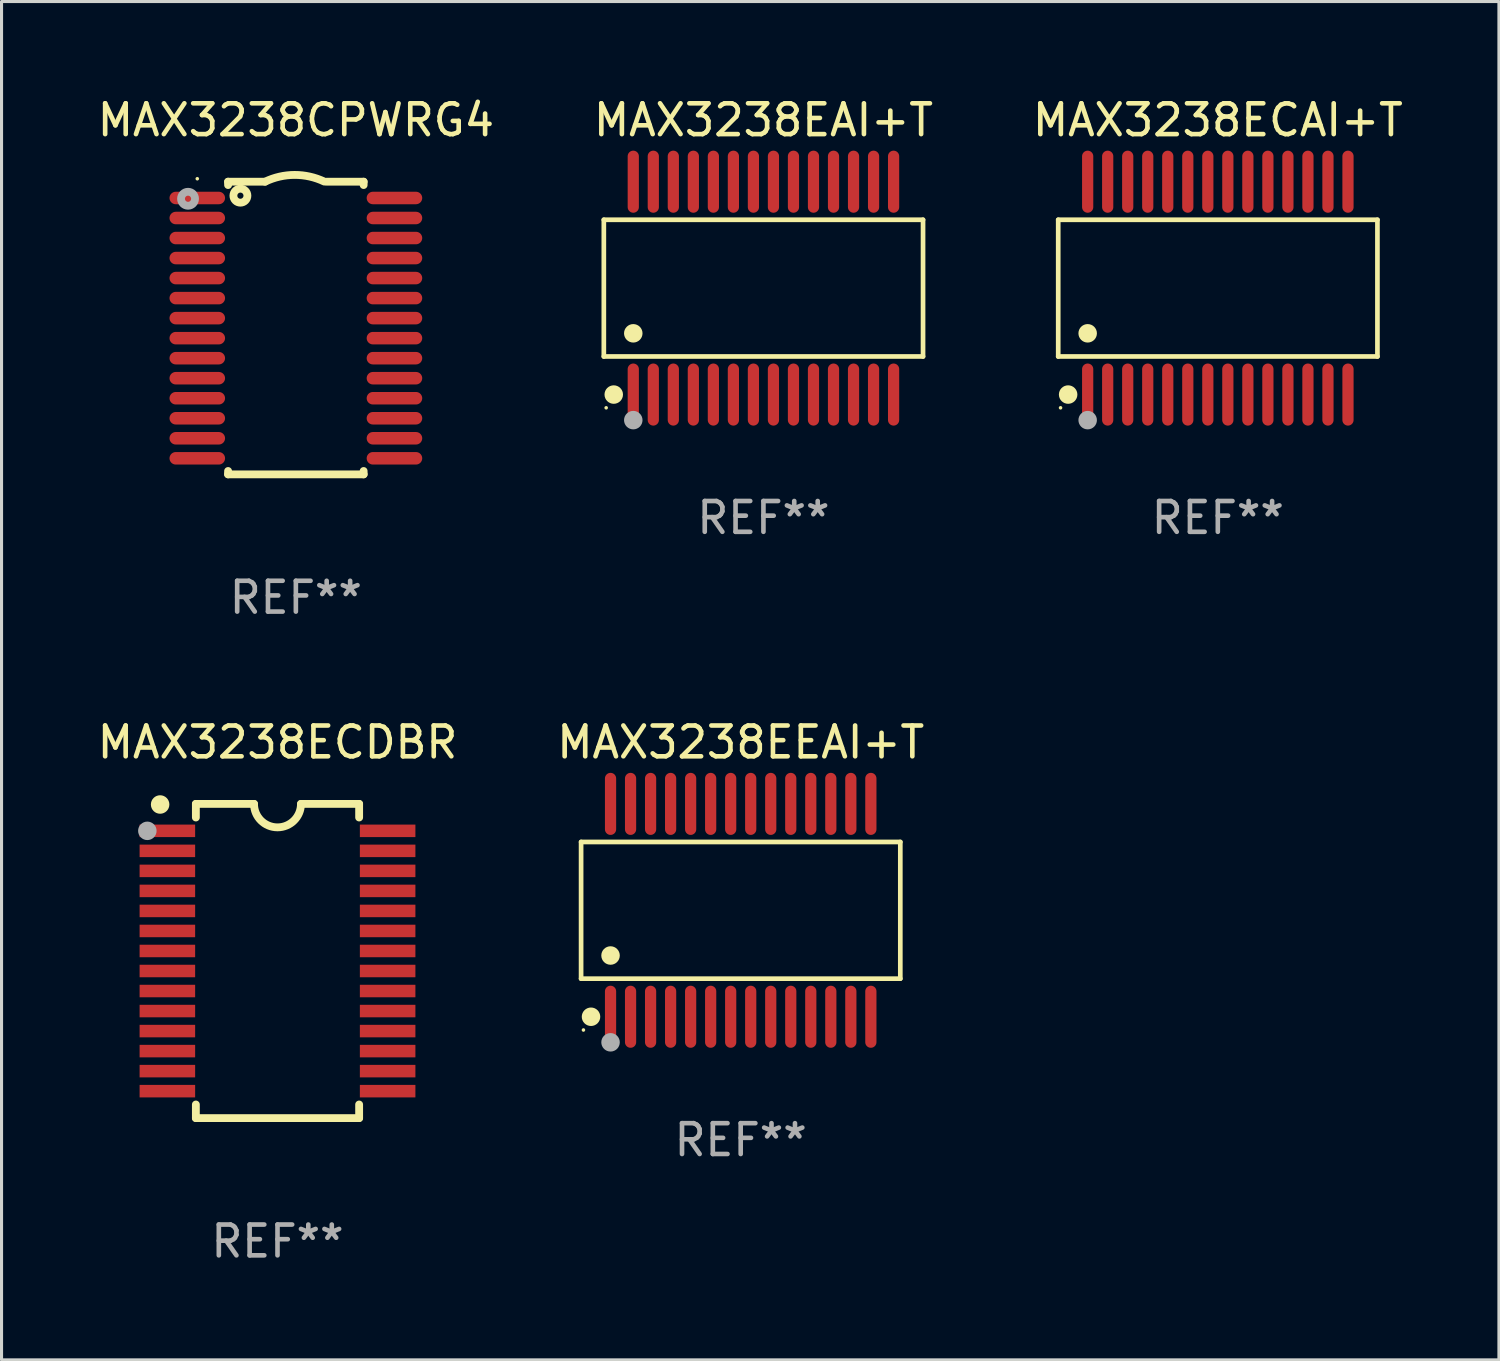
<source format=kicad_pcb>
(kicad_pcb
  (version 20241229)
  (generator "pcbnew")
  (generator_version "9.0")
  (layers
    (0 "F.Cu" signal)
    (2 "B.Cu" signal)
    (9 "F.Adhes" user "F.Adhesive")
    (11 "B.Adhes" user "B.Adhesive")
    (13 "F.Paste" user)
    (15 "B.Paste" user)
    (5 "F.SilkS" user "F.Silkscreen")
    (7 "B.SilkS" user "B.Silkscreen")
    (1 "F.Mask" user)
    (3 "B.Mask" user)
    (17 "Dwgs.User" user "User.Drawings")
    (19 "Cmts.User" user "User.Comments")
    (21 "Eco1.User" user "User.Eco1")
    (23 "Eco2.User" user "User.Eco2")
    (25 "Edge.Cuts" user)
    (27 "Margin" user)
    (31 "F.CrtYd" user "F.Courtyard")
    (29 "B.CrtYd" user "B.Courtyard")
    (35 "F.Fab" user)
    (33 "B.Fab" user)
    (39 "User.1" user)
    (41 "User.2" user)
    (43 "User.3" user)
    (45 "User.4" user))
  (footprint "MAX3238ECAI+T"
    (layer "F.Cu")
    (at 36.482 6.303)
    (property "Reference" "MAX3238ECAI+T" (at 0 -5.455 0) (layer "F.SilkS") (effects (font (size 1 1) (thickness 0.15))))
    (attr through_hole)
    (fp_line (start -5.181 -2.219) (end 5.181 -2.219) (stroke (width 0.152) (type solid)) (layer "F.SilkS"))
    (fp_line (start -5.181 2.219) (end -5.181 -2.219) (stroke (width 0.152) (type solid)) (layer "F.SilkS"))
    (fp_line (start 5.181 -2.219) (end 5.181 2.219) (stroke (width 0.152) (type solid)) (layer "F.SilkS"))
    (fp_line (start 5.181 2.219) (end -5.181 2.219) (stroke (width 0.152) (type solid)) (layer "F.SilkS"))
    (fp_circle (center -5.105 3.885) (end -5.075 3.885) (stroke (width 0.06) (type solid)) (fill no) (layer "F.SilkS"))
    (fp_circle (center -4.859 3.455) (end -4.709 3.455) (stroke (width 0.3) (type solid)) (fill no) (layer "F.SilkS"))
    (fp_circle (center -4.225 1.467) (end -4.075 1.467) (stroke (width 0.3) (type solid)) (fill no) (layer "F.SilkS"))
    (fp_circle (center -4.225 4.285) (end -4.075 4.285) (stroke (width 0.3) (type solid)) (fill no) (layer "F.Fab"))
    (fp_text user "REF**" (at 0 7.455 0) (layer "F.Fab") (effects (font (size 1 1) (thickness 0.15))))
    (pad "1" smd oval (at -4.225 3.455) (size 0.364 2.015) (layers "F.Cu" "F.Mask" "F.Paste"))
    (pad "2" smd oval (at -3.575 3.455) (size 0.364 2.015) (layers "F.Cu" "F.Mask" "F.Paste"))
    (pad "3" smd oval (at -2.925 3.455) (size 0.364 2.015) (layers "F.Cu" "F.Mask" "F.Paste"))
    (pad "4" smd oval (at -2.275 3.455) (size 0.364 2.015) (layers "F.Cu" "F.Mask" "F.Paste"))
    (pad "5" smd oval (at -1.625 3.455) (size 0.364 2.015) (layers "F.Cu" "F.Mask" "F.Paste"))
    (pad "6" smd oval (at -0.975 3.455) (size 0.364 2.015) (layers "F.Cu" "F.Mask" "F.Paste"))
    (pad "7" smd oval (at -0.325 3.455) (size 0.364 2.015) (layers "F.Cu" "F.Mask" "F.Paste"))
    (pad "8" smd oval (at 0.325 3.455) (size 0.364 2.015) (layers "F.Cu" "F.Mask" "F.Paste"))
    (pad "9" smd oval (at 0.975 3.455) (size 0.364 2.015) (layers "F.Cu" "F.Mask" "F.Paste"))
    (pad "10" smd oval (at 1.625 3.455) (size 0.364 2.015) (layers "F.Cu" "F.Mask" "F.Paste"))
    (pad "11" smd oval (at 2.275 3.455) (size 0.364 2.015) (layers "F.Cu" "F.Mask" "F.Paste"))
    (pad "12" smd oval (at 2.925 3.455) (size 0.364 2.015) (layers "F.Cu" "F.Mask" "F.Paste"))
    (pad "13" smd oval (at 3.575 3.455) (size 0.364 2.015) (layers "F.Cu" "F.Mask" "F.Paste"))
    (pad "14" smd oval (at 4.225 3.455) (size 0.364 2.015) (layers "F.Cu" "F.Mask" "F.Paste"))
    (pad "15" smd oval (at 4.225 -3.455) (size 0.364 2.015) (layers "F.Cu" "F.Mask" "F.Paste"))
    (pad "16" smd oval (at 3.575 -3.455) (size 0.364 2.015) (layers "F.Cu" "F.Mask" "F.Paste"))
    (pad "17" smd oval (at 2.925 -3.455) (size 0.364 2.015) (layers "F.Cu" "F.Mask" "F.Paste"))
    (pad "18" smd oval (at 2.275 -3.455) (size 0.364 2.015) (layers "F.Cu" "F.Mask" "F.Paste"))
    (pad "19" smd oval (at 1.625 -3.455) (size 0.364 2.015) (layers "F.Cu" "F.Mask" "F.Paste"))
    (pad "20" smd oval (at 0.975 -3.455) (size 0.364 2.015) (layers "F.Cu" "F.Mask" "F.Paste"))
    (pad "21" smd oval (at 0.325 -3.455) (size 0.364 2.015) (layers "F.Cu" "F.Mask" "F.Paste"))
    (pad "22" smd oval (at -0.325 -3.455) (size 0.364 2.015) (layers "F.Cu" "F.Mask" "F.Paste"))
    (pad "23" smd oval (at -0.975 -3.455) (size 0.364 2.015) (layers "F.Cu" "F.Mask" "F.Paste"))
    (pad "24" smd oval (at -1.625 -3.455) (size 0.364 2.015) (layers "F.Cu" "F.Mask" "F.Paste"))
    (pad "25" smd oval (at -2.275 -3.455) (size 0.364 2.015) (layers "F.Cu" "F.Mask" "F.Paste"))
    (pad "26" smd oval (at -2.925 -3.455) (size 0.364 2.015) (layers "F.Cu" "F.Mask" "F.Paste"))
    (pad "27" smd oval (at -3.575 -3.455) (size 0.364 2.015) (layers "F.Cu" "F.Mask" "F.Paste"))
    (pad "28" smd oval (at -4.225 -3.455) (size 0.364 2.015) (layers "F.Cu" "F.Mask" "F.Paste")))
  (footprint "MAX3238ECDBR"
    (layer "F.Cu")
    (at 5.958 28.145)
    (property "Reference" "MAX3238ECDBR" (at 0 -7.1 0) (layer "F.SilkS") (effects (font (size 1 1) (thickness 0.15))))
    (attr through_hole)
    (fp_line (start -2.65 -5.1) (end -0.762 -5.1) (stroke (width 0.254) (type solid)) (layer "F.SilkS"))
    (fp_line (start -2.65 -4.658) (end -2.65 -5.1) (stroke (width 0.254) (type solid)) (layer "F.SilkS"))
    (fp_line (start -2.65 5.1) (end -2.65 4.658) (stroke (width 0.254) (type solid)) (layer "F.SilkS"))
    (fp_line (start -2.65 5.1) (end 2.65 5.1) (stroke (width 0.254) (type solid)) (layer "F.SilkS"))
    (fp_line (start 2.65 -5.1) (end 0.762 -5.1) (stroke (width 0.254) (type solid)) (layer "F.SilkS"))
    (fp_line (start 2.65 -5.1) (end 2.65 -4.658) (stroke (width 0.254) (type solid)) (layer "F.SilkS"))
    (fp_line (start 2.65 4.658) (end 2.65 5.1) (stroke (width 0.254) (type solid)) (layer "F.SilkS"))
    (fp_arc (start 0.761925 -5.1) (mid -0.000241 -4.338329) (end -0.762077 -5.10033) (stroke (width 0.254001) (type solid)) (layer "F.SilkS"))
    (fp_circle (center -3.858 -5.07) (end -3.828 -5.07) (stroke (width 0.06) (type solid)) (fill no) (layer "F.SilkS"))
    (fp_circle (center -3.81 -5.08) (end -3.66 -5.08) (stroke (width 0.3) (type solid)) (fill no) (layer "F.SilkS"))
    (fp_circle (center -4.225 -4.225) (end -4.075 -4.225) (stroke (width 0.3) (type solid)) (fill no) (layer "F.Fab"))
    (fp_text user "REF**" (at 0 9.1 0) (layer "F.Fab") (effects (font (size 1 1) (thickness 0.15))))
    (pad "1" smd rect (at -3.575 -4.225) (size 1.803 0.406) (layers "F.Cu" "F.Mask" "F.Paste"))
    (pad "2" smd rect (at -3.575 -3.575) (size 1.803 0.406) (layers "F.Cu" "F.Mask" "F.Paste"))
    (pad "3" smd rect (at -3.575 -2.925) (size 1.803 0.406) (layers "F.Cu" "F.Mask" "F.Paste"))
    (pad "4" smd rect (at -3.575 -2.275) (size 1.803 0.406) (layers "F.Cu" "F.Mask" "F.Paste"))
    (pad "5" smd rect (at -3.575 -1.625) (size 1.803 0.406) (layers "F.Cu" "F.Mask" "F.Paste"))
    (pad "6" smd rect (at -3.575 -0.975) (size 1.803 0.406) (layers "F.Cu" "F.Mask" "F.Paste"))
    (pad "7" smd rect (at -3.575 -0.325) (size 1.803 0.406) (layers "F.Cu" "F.Mask" "F.Paste"))
    (pad "8" smd rect (at -3.575 0.325) (size 1.803 0.406) (layers "F.Cu" "F.Mask" "F.Paste"))
    (pad "9" smd rect (at -3.575 0.975) (size 1.803 0.406) (layers "F.Cu" "F.Mask" "F.Paste"))
    (pad "10" smd rect (at -3.575 1.625) (size 1.803 0.406) (layers "F.Cu" "F.Mask" "F.Paste"))
    (pad "11" smd rect (at -3.575 2.275) (size 1.803 0.406) (layers "F.Cu" "F.Mask" "F.Paste"))
    (pad "12" smd rect (at -3.575 2.925) (size 1.803 0.406) (layers "F.Cu" "F.Mask" "F.Paste"))
    (pad "13" smd rect (at -3.575 3.575) (size 1.803 0.406) (layers "F.Cu" "F.Mask" "F.Paste"))
    (pad "14" smd rect (at -3.575 4.225) (size 1.803 0.406) (layers "F.Cu" "F.Mask" "F.Paste"))
    (pad "15" smd rect (at 3.575 4.225) (size 1.803 0.406) (layers "F.Cu" "F.Mask" "F.Paste"))
    (pad "16" smd rect (at 3.575 3.575) (size 1.803 0.406) (layers "F.Cu" "F.Mask" "F.Paste"))
    (pad "17" smd rect (at 3.575 2.925) (size 1.803 0.406) (layers "F.Cu" "F.Mask" "F.Paste"))
    (pad "18" smd rect (at 3.575 2.275) (size 1.803 0.406) (layers "F.Cu" "F.Mask" "F.Paste"))
    (pad "19" smd rect (at 3.575 1.625) (size 1.803 0.406) (layers "F.Cu" "F.Mask" "F.Paste"))
    (pad "20" smd rect (at 3.575 0.975) (size 1.803 0.406) (layers "F.Cu" "F.Mask" "F.Paste"))
    (pad "21" smd rect (at 3.575 0.325) (size 1.803 0.406) (layers "F.Cu" "F.Mask" "F.Paste"))
    (pad "22" smd rect (at 3.575 -0.325) (size 1.803 0.406) (layers "F.Cu" "F.Mask" "F.Paste"))
    (pad "23" smd rect (at 3.575 -0.975) (size 1.803 0.406) (layers "F.Cu" "F.Mask" "F.Paste"))
    (pad "24" smd rect (at 3.575 -1.625) (size 1.803 0.406) (layers "F.Cu" "F.Mask" "F.Paste"))
    (pad "25" smd rect (at 3.575 -2.275) (size 1.803 0.406) (layers "F.Cu" "F.Mask" "F.Paste"))
    (pad "26" smd rect (at 3.575 -2.925) (size 1.803 0.406) (layers "F.Cu" "F.Mask" "F.Paste"))
    (pad "27" smd rect (at 3.575 -3.575) (size 1.803 0.406) (layers "F.Cu" "F.Mask" "F.Paste"))
    (pad "28" smd rect (at 3.575 -4.225) (size 1.803 0.406) (layers "F.Cu" "F.Mask" "F.Paste")))
  (footprint "MAX3238CPWRG4"
    (layer "F.Cu")
    (at 6.554 7.598)
    (property "Reference" "MAX3238CPWRG4" (at 0 -6.75 0) (layer "F.SilkS") (effects (font (size 1 1) (thickness 0.15))))
    (attr through_hole)
    (fp_line (start -2.2 -4.75) (end -2.2 -4.641) (stroke (width 0.254) (type solid)) (layer "F.SilkS"))
    (fp_line (start -2.2 -4.75) (end -1 -4.75) (stroke (width 0.254) (type solid)) (layer "F.SilkS"))
    (fp_line (start -2.2 4.641) (end -2.2 4.75) (stroke (width 0.254) (type solid)) (layer "F.SilkS"))
    (fp_line (start -2.2 4.75) (end 2.2 4.75) (stroke (width 0.254) (type solid)) (layer "F.SilkS"))
    (fp_line (start 2.2 -4.75) (end 1 -4.75) (stroke (width 0.254) (type solid)) (layer "F.SilkS"))
    (fp_line (start 2.2 -4.75) (end 2.2 -4.641) (stroke (width 0.254) (type solid)) (layer "F.SilkS"))
    (fp_line (start 2.2 4.641) (end 2.2 4.75) (stroke (width 0.254) (type solid)) (layer "F.SilkS"))
    (fp_arc (start -1.000025 -4.750013) (mid -0.040073 -4.969719) (end 0.920777 -4.753975) (stroke (width 0.254001) (type solid)) (layer "F.SilkS"))
    (fp_circle (center -3.2 -4.846) (end -3.17 -4.846) (stroke (width 0.06) (type solid)) (fill no) (layer "F.SilkS"))
    (fp_circle (center -1.8 -4.296) (end -1.7 -4.296) (stroke (width 0.254) (type solid)) (fill no) (layer "F.SilkS"))
    (fp_circle (center -3.5 -4.196) (end -3.4 -4.196) (stroke (width 0.254) (type solid)) (fill no) (layer "F.Fab"))
    (fp_text user "REF**" (at 0 8.75 0) (layer "F.Fab") (effects (font (size 1 1) (thickness 0.15))))
    (pad "1" smd oval (at -3.2 -4.221) (size 1.803 0.406) (layers "F.Cu" "F.Mask" "F.Paste"))
    (pad "2" smd oval (at -3.2 -3.571) (size 1.803 0.406) (layers "F.Cu" "F.Mask" "F.Paste"))
    (pad "3" smd oval (at -3.2 -2.921) (size 1.803 0.406) (layers "F.Cu" "F.Mask" "F.Paste"))
    (pad "4" smd oval (at -3.2 -2.271) (size 1.803 0.406) (layers "F.Cu" "F.Mask" "F.Paste"))
    (pad "5" smd oval (at -3.2 -1.621) (size 1.803 0.406) (layers "F.Cu" "F.Mask" "F.Paste"))
    (pad "6" smd oval (at -3.2 -0.971) (size 1.803 0.406) (layers "F.Cu" "F.Mask" "F.Paste"))
    (pad "7" smd oval (at -3.2 -0.321) (size 1.803 0.406) (layers "F.Cu" "F.Mask" "F.Paste"))
    (pad "8" smd oval (at -3.2 0.329) (size 1.803 0.406) (layers "F.Cu" "F.Mask" "F.Paste"))
    (pad "9" smd oval (at -3.2 0.979) (size 1.803 0.406) (layers "F.Cu" "F.Mask" "F.Paste"))
    (pad "10" smd oval (at -3.2 1.629) (size 1.803 0.406) (layers "F.Cu" "F.Mask" "F.Paste"))
    (pad "11" smd oval (at -3.2 2.279) (size 1.803 0.406) (layers "F.Cu" "F.Mask" "F.Paste"))
    (pad "12" smd oval (at -3.2 2.929) (size 1.803 0.406) (layers "F.Cu" "F.Mask" "F.Paste"))
    (pad "13" smd oval (at -3.2 3.579) (size 1.803 0.406) (layers "F.Cu" "F.Mask" "F.Paste"))
    (pad "14" smd oval (at -3.2 4.229) (size 1.803 0.406) (layers "F.Cu" "F.Mask" "F.Paste"))
    (pad "15" smd oval (at 3.2 4.229) (size 1.803 0.406) (layers "F.Cu" "F.Mask" "F.Paste"))
    (pad "16" smd oval (at 3.2 3.579) (size 1.803 0.406) (layers "F.Cu" "F.Mask" "F.Paste"))
    (pad "17" smd oval (at 3.2 2.929) (size 1.803 0.406) (layers "F.Cu" "F.Mask" "F.Paste"))
    (pad "18" smd oval (at 3.2 2.279) (size 1.803 0.406) (layers "F.Cu" "F.Mask" "F.Paste"))
    (pad "19" smd oval (at 3.2 1.629) (size 1.803 0.406) (layers "F.Cu" "F.Mask" "F.Paste"))
    (pad "20" smd oval (at 3.2 0.979) (size 1.803 0.406) (layers "F.Cu" "F.Mask" "F.Paste"))
    (pad "21" smd oval (at 3.2 0.329) (size 1.803 0.406) (layers "F.Cu" "F.Mask" "F.Paste"))
    (pad "22" smd oval (at 3.2 -0.321) (size 1.803 0.406) (layers "F.Cu" "F.Mask" "F.Paste"))
    (pad "23" smd oval (at 3.2 -0.971) (size 1.803 0.406) (layers "F.Cu" "F.Mask" "F.Paste"))
    (pad "24" smd oval (at 3.2 -1.621) (size 1.803 0.406) (layers "F.Cu" "F.Mask" "F.Paste"))
    (pad "25" smd oval (at 3.2 -2.271) (size 1.803 0.406) (layers "F.Cu" "F.Mask" "F.Paste"))
    (pad "26" smd oval (at 3.2 -2.921) (size 1.803 0.406) (layers "F.Cu" "F.Mask" "F.Paste"))
    (pad "27" smd oval (at 3.2 -3.571) (size 1.803 0.406) (layers "F.Cu" "F.Mask" "F.Paste"))
    (pad "28" smd oval (at 3.2 -4.221) (size 1.803 0.406) (layers "F.Cu" "F.Mask" "F.Paste")))
  (footprint "MAX3238EEAI+T"
    (layer "F.Cu")
    (at 20.994 26.5)
    (property "Reference" "MAX3238EEAI+T" (at 0 -5.455 0) (layer "F.SilkS") (effects (font (size 1 1) (thickness 0.15))))
    (attr through_hole)
    (fp_line (start -5.181 -2.219) (end 5.181 -2.219) (stroke (width 0.152) (type solid)) (layer "F.SilkS"))
    (fp_line (start -5.181 2.219) (end -5.181 -2.219) (stroke (width 0.152) (type solid)) (layer "F.SilkS"))
    (fp_line (start 5.181 -2.219) (end 5.181 2.219) (stroke (width 0.152) (type solid)) (layer "F.SilkS"))
    (fp_line (start 5.181 2.219) (end -5.181 2.219) (stroke (width 0.152) (type solid)) (layer "F.SilkS"))
    (fp_circle (center -5.105 3.885) (end -5.075 3.885) (stroke (width 0.06) (type solid)) (fill no) (layer "F.SilkS"))
    (fp_circle (center -4.859 3.455) (end -4.709 3.455) (stroke (width 0.3) (type solid)) (fill no) (layer "F.SilkS"))
    (fp_circle (center -4.225 1.467) (end -4.075 1.467) (stroke (width 0.3) (type solid)) (fill no) (layer "F.SilkS"))
    (fp_circle (center -4.225 4.285) (end -4.075 4.285) (stroke (width 0.3) (type solid)) (fill no) (layer "F.Fab"))
    (fp_text user "REF**" (at 0 7.455 0) (layer "F.Fab") (effects (font (size 1 1) (thickness 0.15))))
    (pad "1" smd oval (at -4.225 3.455) (size 0.364 2.015) (layers "F.Cu" "F.Mask" "F.Paste"))
    (pad "2" smd oval (at -3.575 3.455) (size 0.364 2.015) (layers "F.Cu" "F.Mask" "F.Paste"))
    (pad "3" smd oval (at -2.925 3.455) (size 0.364 2.015) (layers "F.Cu" "F.Mask" "F.Paste"))
    (pad "4" smd oval (at -2.275 3.455) (size 0.364 2.015) (layers "F.Cu" "F.Mask" "F.Paste"))
    (pad "5" smd oval (at -1.625 3.455) (size 0.364 2.015) (layers "F.Cu" "F.Mask" "F.Paste"))
    (pad "6" smd oval (at -0.975 3.455) (size 0.364 2.015) (layers "F.Cu" "F.Mask" "F.Paste"))
    (pad "7" smd oval (at -0.325 3.455) (size 0.364 2.015) (layers "F.Cu" "F.Mask" "F.Paste"))
    (pad "8" smd oval (at 0.325 3.455) (size 0.364 2.015) (layers "F.Cu" "F.Mask" "F.Paste"))
    (pad "9" smd oval (at 0.975 3.455) (size 0.364 2.015) (layers "F.Cu" "F.Mask" "F.Paste"))
    (pad "10" smd oval (at 1.625 3.455) (size 0.364 2.015) (layers "F.Cu" "F.Mask" "F.Paste"))
    (pad "11" smd oval (at 2.275 3.455) (size 0.364 2.015) (layers "F.Cu" "F.Mask" "F.Paste"))
    (pad "12" smd oval (at 2.925 3.455) (size 0.364 2.015) (layers "F.Cu" "F.Mask" "F.Paste"))
    (pad "13" smd oval (at 3.575 3.455) (size 0.364 2.015) (layers "F.Cu" "F.Mask" "F.Paste"))
    (pad "14" smd oval (at 4.225 3.455) (size 0.364 2.015) (layers "F.Cu" "F.Mask" "F.Paste"))
    (pad "15" smd oval (at 4.225 -3.455) (size 0.364 2.015) (layers "F.Cu" "F.Mask" "F.Paste"))
    (pad "16" smd oval (at 3.575 -3.455) (size 0.364 2.015) (layers "F.Cu" "F.Mask" "F.Paste"))
    (pad "17" smd oval (at 2.925 -3.455) (size 0.364 2.015) (layers "F.Cu" "F.Mask" "F.Paste"))
    (pad "18" smd oval (at 2.275 -3.455) (size 0.364 2.015) (layers "F.Cu" "F.Mask" "F.Paste"))
    (pad "19" smd oval (at 1.625 -3.455) (size 0.364 2.015) (layers "F.Cu" "F.Mask" "F.Paste"))
    (pad "20" smd oval (at 0.975 -3.455) (size 0.364 2.015) (layers "F.Cu" "F.Mask" "F.Paste"))
    (pad "21" smd oval (at 0.325 -3.455) (size 0.364 2.015) (layers "F.Cu" "F.Mask" "F.Paste"))
    (pad "22" smd oval (at -0.325 -3.455) (size 0.364 2.015) (layers "F.Cu" "F.Mask" "F.Paste"))
    (pad "23" smd oval (at -0.975 -3.455) (size 0.364 2.015) (layers "F.Cu" "F.Mask" "F.Paste"))
    (pad "24" smd oval (at -1.625 -3.455) (size 0.364 2.015) (layers "F.Cu" "F.Mask" "F.Paste"))
    (pad "25" smd oval (at -2.275 -3.455) (size 0.364 2.015) (layers "F.Cu" "F.Mask" "F.Paste"))
    (pad "26" smd oval (at -2.925 -3.455) (size 0.364 2.015) (layers "F.Cu" "F.Mask" "F.Paste"))
    (pad "27" smd oval (at -3.575 -3.455) (size 0.364 2.015) (layers "F.Cu" "F.Mask" "F.Paste"))
    (pad "28" smd oval (at -4.225 -3.455) (size 0.364 2.015) (layers "F.Cu" "F.Mask" "F.Paste")))
  (footprint "MAX3238EAI+T"
    (layer "F.Cu")
    (at 21.732 6.303)
    (property "Reference" "MAX3238EAI+T" (at 0 -5.455 0) (layer "F.SilkS") (effects (font (size 1 1) (thickness 0.15))))
    (attr through_hole)
    (fp_line (start -5.181 -2.219) (end 5.181 -2.219) (stroke (width 0.152) (type solid)) (layer "F.SilkS"))
    (fp_line (start -5.181 2.219) (end -5.181 -2.219) (stroke (width 0.152) (type solid)) (layer "F.SilkS"))
    (fp_line (start 5.181 -2.219) (end 5.181 2.219) (stroke (width 0.152) (type solid)) (layer "F.SilkS"))
    (fp_line (start 5.181 2.219) (end -5.181 2.219) (stroke (width 0.152) (type solid)) (layer "F.SilkS"))
    (fp_circle (center -5.105 3.885) (end -5.075 3.885) (stroke (width 0.06) (type solid)) (fill no) (layer "F.SilkS"))
    (fp_circle (center -4.859 3.455) (end -4.709 3.455) (stroke (width 0.3) (type solid)) (fill no) (layer "F.SilkS"))
    (fp_circle (center -4.225 1.467) (end -4.075 1.467) (stroke (width 0.3) (type solid)) (fill no) (layer "F.SilkS"))
    (fp_circle (center -4.225 4.285) (end -4.075 4.285) (stroke (width 0.3) (type solid)) (fill no) (layer "F.Fab"))
    (fp_text user "REF**" (at 0 7.455 0) (layer "F.Fab") (effects (font (size 1 1) (thickness 0.15))))
    (pad "1" smd oval (at -4.225 3.455) (size 0.364 2.015) (layers "F.Cu" "F.Mask" "F.Paste"))
    (pad "2" smd oval (at -3.575 3.455) (size 0.364 2.015) (layers "F.Cu" "F.Mask" "F.Paste"))
    (pad "3" smd oval (at -2.925 3.455) (size 0.364 2.015) (layers "F.Cu" "F.Mask" "F.Paste"))
    (pad "4" smd oval (at -2.275 3.455) (size 0.364 2.015) (layers "F.Cu" "F.Mask" "F.Paste"))
    (pad "5" smd oval (at -1.625 3.455) (size 0.364 2.015) (layers "F.Cu" "F.Mask" "F.Paste"))
    (pad "6" smd oval (at -0.975 3.455) (size 0.364 2.015) (layers "F.Cu" "F.Mask" "F.Paste"))
    (pad "7" smd oval (at -0.325 3.455) (size 0.364 2.015) (layers "F.Cu" "F.Mask" "F.Paste"))
    (pad "8" smd oval (at 0.325 3.455) (size 0.364 2.015) (layers "F.Cu" "F.Mask" "F.Paste"))
    (pad "9" smd oval (at 0.975 3.455) (size 0.364 2.015) (layers "F.Cu" "F.Mask" "F.Paste"))
    (pad "10" smd oval (at 1.625 3.455) (size 0.364 2.015) (layers "F.Cu" "F.Mask" "F.Paste"))
    (pad "11" smd oval (at 2.275 3.455) (size 0.364 2.015) (layers "F.Cu" "F.Mask" "F.Paste"))
    (pad "12" smd oval (at 2.925 3.455) (size 0.364 2.015) (layers "F.Cu" "F.Mask" "F.Paste"))
    (pad "13" smd oval (at 3.575 3.455) (size 0.364 2.015) (layers "F.Cu" "F.Mask" "F.Paste"))
    (pad "14" smd oval (at 4.225 3.455) (size 0.364 2.015) (layers "F.Cu" "F.Mask" "F.Paste"))
    (pad "15" smd oval (at 4.225 -3.455) (size 0.364 2.015) (layers "F.Cu" "F.Mask" "F.Paste"))
    (pad "16" smd oval (at 3.575 -3.455) (size 0.364 2.015) (layers "F.Cu" "F.Mask" "F.Paste"))
    (pad "17" smd oval (at 2.925 -3.455) (size 0.364 2.015) (layers "F.Cu" "F.Mask" "F.Paste"))
    (pad "18" smd oval (at 2.275 -3.455) (size 0.364 2.015) (layers "F.Cu" "F.Mask" "F.Paste"))
    (pad "19" smd oval (at 1.625 -3.455) (size 0.364 2.015) (layers "F.Cu" "F.Mask" "F.Paste"))
    (pad "20" smd oval (at 0.975 -3.455) (size 0.364 2.015) (layers "F.Cu" "F.Mask" "F.Paste"))
    (pad "21" smd oval (at 0.325 -3.455) (size 0.364 2.015) (layers "F.Cu" "F.Mask" "F.Paste"))
    (pad "22" smd oval (at -0.325 -3.455) (size 0.364 2.015) (layers "F.Cu" "F.Mask" "F.Paste"))
    (pad "23" smd oval (at -0.975 -3.455) (size 0.364 2.015) (layers "F.Cu" "F.Mask" "F.Paste"))
    (pad "24" smd oval (at -1.625 -3.455) (size 0.364 2.015) (layers "F.Cu" "F.Mask" "F.Paste"))
    (pad "25" smd oval (at -2.275 -3.455) (size 0.364 2.015) (layers "F.Cu" "F.Mask" "F.Paste"))
    (pad "26" smd oval (at -2.925 -3.455) (size 0.364 2.015) (layers "F.Cu" "F.Mask" "F.Paste"))
    (pad "27" smd oval (at -3.575 -3.455) (size 0.364 2.015) (layers "F.Cu" "F.Mask" "F.Paste"))
    (pad "28" smd oval (at -4.225 -3.455) (size 0.364 2.015) (layers "F.Cu" "F.Mask" "F.Paste")))
  (gr_rect
    (start -3 -3)
    (end 45.607 41.093)
    (stroke (width 0.1) (type default))
    (fill no)
    (layer "Edge.Cuts")))
</source>
